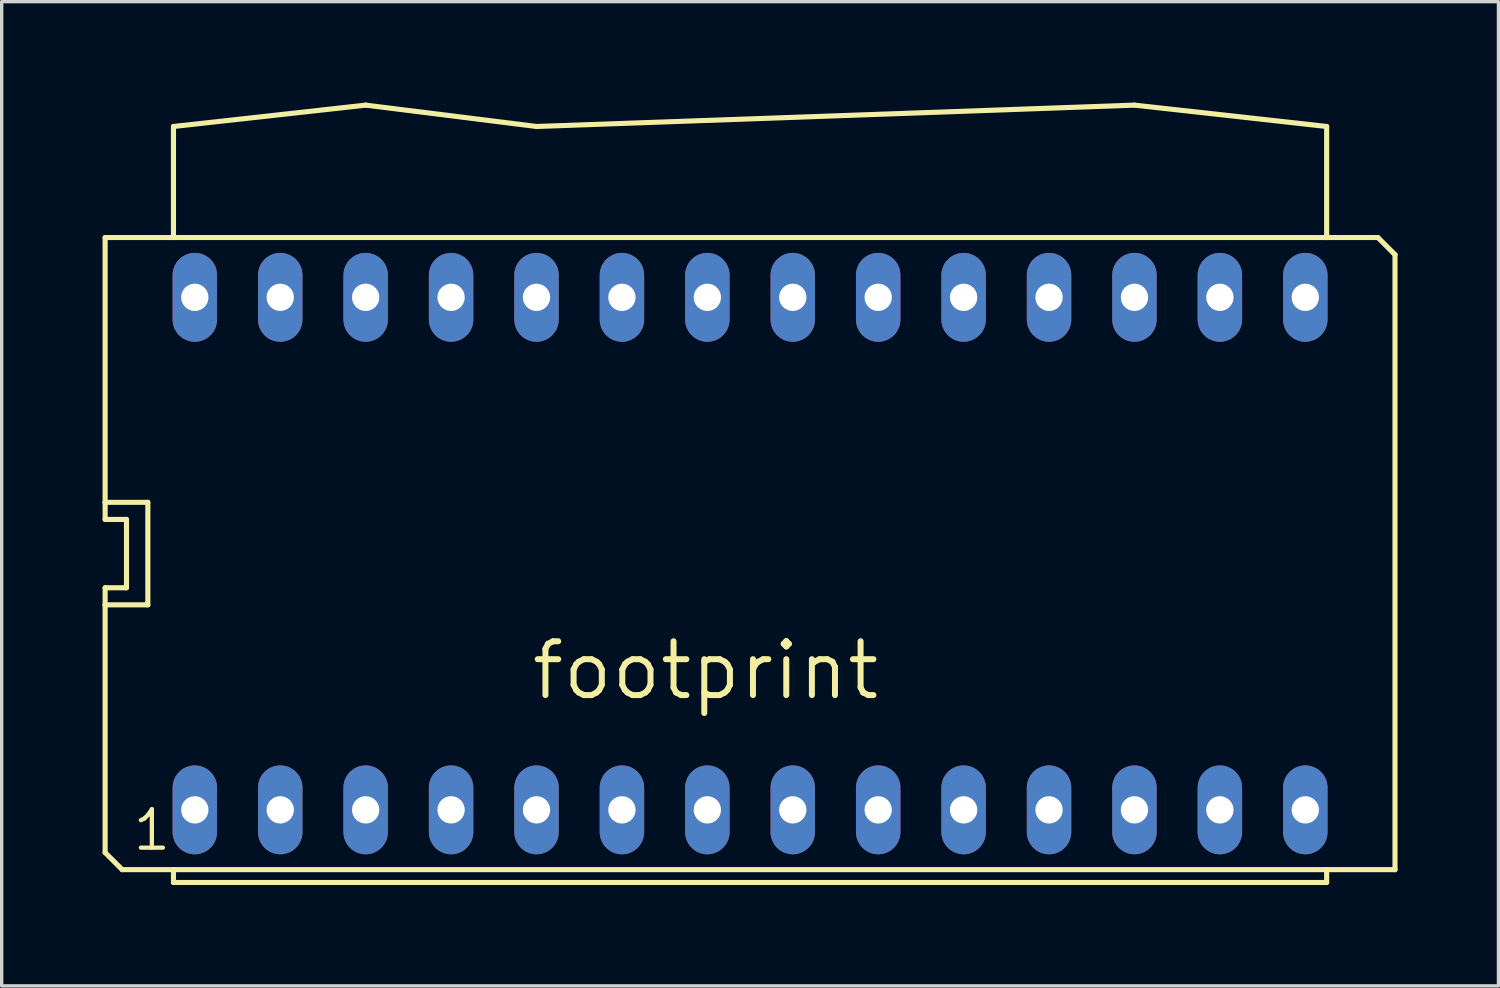
<source format=kicad_pcb>
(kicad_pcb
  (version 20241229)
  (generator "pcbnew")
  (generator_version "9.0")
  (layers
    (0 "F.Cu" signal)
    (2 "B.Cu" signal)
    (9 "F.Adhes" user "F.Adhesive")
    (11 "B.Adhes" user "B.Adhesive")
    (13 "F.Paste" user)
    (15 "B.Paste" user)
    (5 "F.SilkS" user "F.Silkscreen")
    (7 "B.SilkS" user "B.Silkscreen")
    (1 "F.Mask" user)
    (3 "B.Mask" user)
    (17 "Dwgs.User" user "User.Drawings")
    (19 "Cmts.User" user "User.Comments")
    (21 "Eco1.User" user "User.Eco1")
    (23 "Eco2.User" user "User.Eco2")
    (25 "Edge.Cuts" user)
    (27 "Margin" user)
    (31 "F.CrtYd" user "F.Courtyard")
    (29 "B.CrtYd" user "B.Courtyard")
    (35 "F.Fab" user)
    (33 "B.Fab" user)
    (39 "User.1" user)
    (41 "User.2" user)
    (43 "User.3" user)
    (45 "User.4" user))
  (footprint "footprint"
    (layer "F.Cu")
    (at 19.253 13.411)
    (property "Reference" "footprint" (at 3.937 2.54 0) (layer "F.SilkS") (effects (font (size 1.6 1.6) (thickness 0.178)) (justify right top)))
    (fp_line (start -19.177 -1.524) (end -19.177 -9.398) (stroke (width 0.152) (type solid)) (layer "F.SilkS"))
    (fp_line (start -19.177 -1.016) (end -19.177 -1.524) (stroke (width 0.152) (type solid)) (layer "F.SilkS"))
    (fp_line (start -19.177 1.016) (end -18.542 1.016) (stroke (width 0.152) (type solid)) (layer "F.SilkS"))
    (fp_line (start -19.177 1.524) (end -19.177 1.016) (stroke (width 0.152) (type solid)) (layer "F.SilkS"))
    (fp_line (start -19.177 1.524) (end -17.907 1.524) (stroke (width 0.152) (type solid)) (layer "F.SilkS"))
    (fp_line (start -19.177 8.89) (end -19.177 1.524) (stroke (width 0.152) (type solid)) (layer "F.SilkS"))
    (fp_line (start -18.669 9.398) (end -19.177 8.89) (stroke (width 0.152) (type solid)) (layer "F.SilkS"))
    (fp_line (start -18.669 9.398) (end -17.145 9.398) (stroke (width 0.152) (type solid)) (layer "F.SilkS"))
    (fp_line (start -18.542 -1.016) (end -19.177 -1.016) (stroke (width 0.152) (type solid)) (layer "F.SilkS"))
    (fp_line (start -18.542 -1.016) (end -18.542 1.016) (stroke (width 0.152) (type solid)) (layer "F.SilkS"))
    (fp_line (start -17.907 -1.524) (end -19.177 -1.524) (stroke (width 0.152) (type solid)) (layer "F.SilkS"))
    (fp_line (start -17.907 -1.524) (end -17.907 1.524) (stroke (width 0.152) (type solid)) (layer "F.SilkS"))
    (fp_line (start -17.145 -12.7) (end -17.145 -9.398) (stroke (width 0.152) (type solid)) (layer "F.SilkS"))
    (fp_line (start -17.145 -12.7) (end -11.43 -13.335) (stroke (width 0.152) (type solid)) (layer "F.SilkS"))
    (fp_line (start -17.145 -9.398) (end -19.177 -9.398) (stroke (width 0.152) (type solid)) (layer "F.SilkS"))
    (fp_line (start -17.145 9.398) (end 17.145 9.398) (stroke (width 0.152) (type solid)) (layer "F.SilkS"))
    (fp_line (start -17.145 9.779) (end -17.145 9.398) (stroke (width 0.152) (type solid)) (layer "F.SilkS"))
    (fp_line (start -17.145 9.779) (end 17.145 9.779) (stroke (width 0.152) (type solid)) (layer "F.SilkS"))
    (fp_line (start -11.43 -13.335) (end -6.35 -12.7) (stroke (width 0.152) (type solid)) (layer "F.SilkS"))
    (fp_line (start -6.35 -12.7) (end 11.43 -13.335) (stroke (width 0.152) (type solid)) (layer "F.SilkS"))
    (fp_line (start 11.43 -13.335) (end 17.145 -12.7) (stroke (width 0.152) (type solid)) (layer "F.SilkS"))
    (fp_line (start 17.145 -9.398) (end -17.145 -9.398) (stroke (width 0.152) (type solid)) (layer "F.SilkS"))
    (fp_line (start 17.145 -9.398) (end 17.145 -12.7) (stroke (width 0.152) (type solid)) (layer "F.SilkS"))
    (fp_line (start 17.145 9.398) (end 17.145 9.779) (stroke (width 0.152) (type solid)) (layer "F.SilkS"))
    (fp_line (start 17.145 9.398) (end 19.177 9.398) (stroke (width 0.152) (type solid)) (layer "F.SilkS"))
    (fp_line (start 18.669 -9.398) (end 17.145 -9.398) (stroke (width 0.152) (type solid)) (layer "F.SilkS"))
    (fp_line (start 19.177 -8.89) (end 18.669 -9.398) (stroke (width 0.152) (type solid)) (layer "F.SilkS"))
    (fp_line (start 19.177 9.398) (end 19.177 -8.89) (stroke (width 0.152) (type solid)) (layer "F.SilkS"))
    (fp_text user "1" (at -18.415 8.89 0) (layer "F.SilkS") (effects (font (size 1.143 1.143) (thickness 0.127)) (justify left bottom)))
    (pad "1" thru_hole oval (at -16.51 7.62 90) (size 2.642 1.321) (drill 0.813) (layers "*.Cu" "*.Mask"))
    (pad "2" thru_hole oval (at -13.97 7.62 90) (size 2.642 1.321) (drill 0.813) (layers "*.Cu" "*.Mask"))
    (pad "3" thru_hole oval (at -11.43 7.62 90) (size 2.642 1.321) (drill 0.813) (layers "*.Cu" "*.Mask"))
    (pad "4" thru_hole oval (at -8.89 7.62 90) (size 2.642 1.321) (drill 0.813) (layers "*.Cu" "*.Mask"))
    (pad "5" thru_hole oval (at -6.35 7.62 90) (size 2.642 1.321) (drill 0.813) (layers "*.Cu" "*.Mask"))
    (pad "6" thru_hole oval (at -3.81 7.62 90) (size 2.642 1.321) (drill 0.813) (layers "*.Cu" "*.Mask"))
    (pad "7" thru_hole oval (at -1.27 7.62 90) (size 2.642 1.321) (drill 0.813) (layers "*.Cu" "*.Mask"))
    (pad "8" thru_hole oval (at 1.27 7.62 90) (size 2.642 1.321) (drill 0.813) (layers "*.Cu" "*.Mask"))
    (pad "9" thru_hole oval (at 3.81 7.62 90) (size 2.642 1.321) (drill 0.813) (layers "*.Cu" "*.Mask"))
    (pad "10" thru_hole oval (at 6.35 7.62 90) (size 2.642 1.321) (drill 0.813) (layers "*.Cu" "*.Mask"))
    (pad "11" thru_hole oval (at 8.89 7.62 90) (size 2.642 1.321) (drill 0.813) (layers "*.Cu" "*.Mask"))
    (pad "12" thru_hole oval (at 11.43 7.62 90) (size 2.642 1.321) (drill 0.813) (layers "*.Cu" "*.Mask"))
    (pad "13" thru_hole oval (at 13.97 7.62 90) (size 2.642 1.321) (drill 0.813) (layers "*.Cu" "*.Mask"))
    (pad "14" thru_hole oval (at 16.51 7.62 90) (size 2.642 1.321) (drill 0.813) (layers "*.Cu" "*.Mask"))
    (pad "15" thru_hole oval (at 16.51 -7.62 90) (size 2.642 1.321) (drill 0.813) (layers "*.Cu" "*.Mask"))
    (pad "16" thru_hole oval (at 13.97 -7.62 90) (size 2.642 1.321) (drill 0.813) (layers "*.Cu" "*.Mask"))
    (pad "17" thru_hole oval (at 11.43 -7.62 90) (size 2.642 1.321) (drill 0.813) (layers "*.Cu" "*.Mask"))
    (pad "18" thru_hole oval (at 8.89 -7.62 90) (size 2.642 1.321) (drill 0.813) (layers "*.Cu" "*.Mask"))
    (pad "19" thru_hole oval (at 6.35 -7.62 90) (size 2.642 1.321) (drill 0.813) (layers "*.Cu" "*.Mask"))
    (pad "20" thru_hole oval (at 3.81 -7.62 90) (size 2.642 1.321) (drill 0.813) (layers "*.Cu" "*.Mask"))
    (pad "21" thru_hole oval (at 1.27 -7.62 90) (size 2.642 1.321) (drill 0.813) (layers "*.Cu" "*.Mask"))
    (pad "22" thru_hole oval (at -1.27 -7.62 90) (size 2.642 1.321) (drill 0.813) (layers "*.Cu" "*.Mask"))
    (pad "23" thru_hole oval (at -3.81 -7.62 90) (size 2.642 1.321) (drill 0.813) (layers "*.Cu" "*.Mask"))
    (pad "24" thru_hole oval (at -6.35 -7.62 90) (size 2.642 1.321) (drill 0.813) (layers "*.Cu" "*.Mask"))
    (pad "25" thru_hole oval (at -8.89 -7.62 90) (size 2.642 1.321) (drill 0.813) (layers "*.Cu" "*.Mask"))
    (pad "26" thru_hole oval (at -11.43 -7.62 90) (size 2.642 1.321) (drill 0.813) (layers "*.Cu" "*.Mask"))
    (pad "27" thru_hole oval (at -13.97 -7.62 90) (size 2.642 1.321) (drill 0.813) (layers "*.Cu" "*.Mask"))
    (pad "28" thru_hole oval (at -16.51 -7.62 90) (size 2.642 1.321) (drill 0.813) (layers "*.Cu" "*.Mask")))
  (gr_rect
    (start -3 -3)
    (end 41.506 26.266)
    (stroke (width 0.1) (type default))
    (fill no)
    (layer "Edge.Cuts")))
</source>
